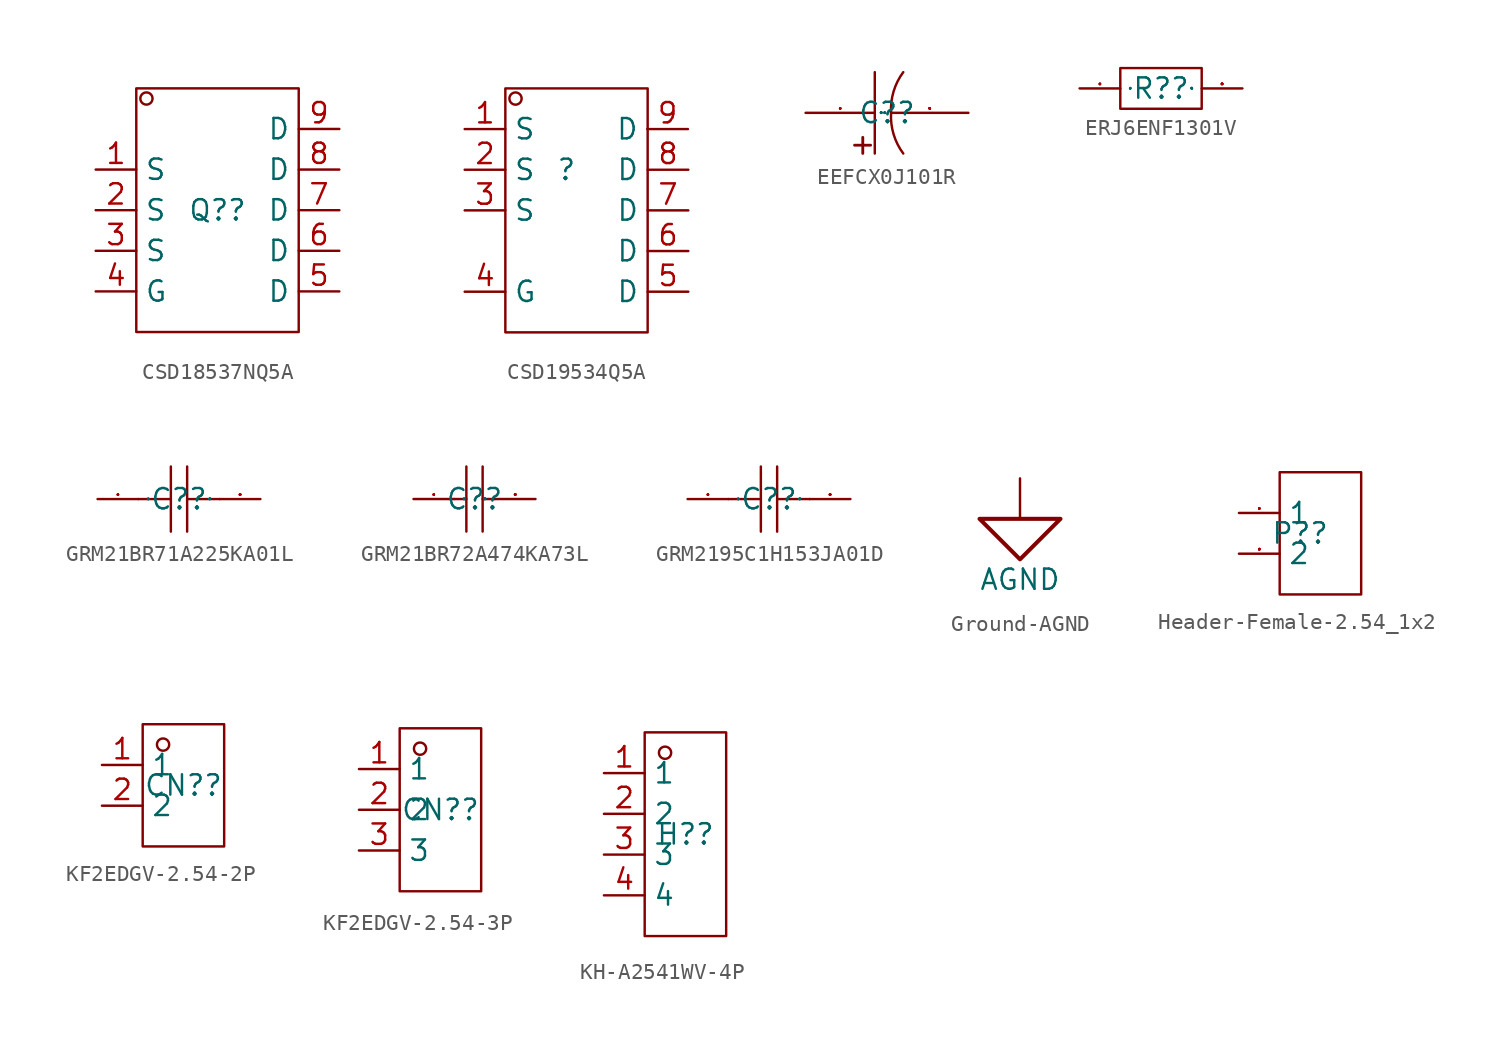
<source format=kicad_sym>
(kicad_symbol_lib
  (version 20231120)
  (generator "kicad_symbol_editor")
  (generator_version "8.0")
  (symbol "CSD18537NQ5A"
    (property "Reference" "Q?"
      (at 0 0 0)
      (effects (font (size 1.27 1.27))))
    (property "Value" ""
      (at 0 0 0)
      (effects (font (size 1.27 1.27))))
    (symbol "CSD18537NQ5A_1_0"
      (rectangle (start -5.08 -7.62) (end 5.08 7.62) (stroke (width 0) (type default)) (fill (type none)))
      (circle (center -4.445 6.985) (radius 0.381) (stroke (width 0) (type default)) (fill (type none)))
      (pin input line (at -7.62 2.54 0) (length 2.54) (name "S" (effects (font (size 1.27 1.27)))) (number "1" (effects (font (size 1.27 1.27)))))
      (pin input line (at -7.62 0 0) (length 2.54) (name "S" (effects (font (size 1.27 1.27)))) (number "2" (effects (font (size 1.27 1.27)))))
      (pin input line (at -7.62 -2.54 0) (length 2.54) (name "S" (effects (font (size 1.27 1.27)))) (number "3" (effects (font (size 1.27 1.27)))))
      (pin input line (at -7.62 -5.08 0) (length 2.54) (name "G" (effects (font (size 1.27 1.27)))) (number "4" (effects (font (size 1.27 1.27)))))
      (pin input line (at 7.62 -5.08 180) (length 2.54) (name "D" (effects (font (size 1.27 1.27)))) (number "5" (effects (font (size 1.27 1.27)))))
      (pin input line (at 7.62 -2.54 180) (length 2.54) (name "D" (effects (font (size 1.27 1.27)))) (number "6" (effects (font (size 1.27 1.27)))))
      (pin input line (at 7.62 0 180) (length 2.54) (name "D" (effects (font (size 1.27 1.27)))) (number "7" (effects (font (size 1.27 1.27)))))
      (pin input line (at 7.62 2.54 180) (length 2.54) (name "D" (effects (font (size 1.27 1.27)))) (number "8" (effects (font (size 1.27 1.27)))))
      (pin input line (at 7.62 5.08 180) (length 2.54) (name "D" (effects (font (size 1.27 1.27)))) (number "9" (effects (font (size 1.27 1.27)))))))
  (symbol "CSD19534Q5A"
    (property "Reference" ""
      (at 0 0 0)
      (effects (font (size 1.27 1.27))))
    (property "Value" ""
      (at 0 0 0)
      (effects (font (size 1.27 1.27))))
    (symbol "CSD19534Q5A_1_0"
      (rectangle (start -3.81 5.08) (end 5.08 -10.16) (stroke (width 0) (type default)) (fill (type none)))
      (circle (center -3.175 4.445) (radius 0.381) (stroke (width 0) (type default)) (fill (type none)))
      (pin input line (at -6.35 2.54 0) (length 2.54) (name "S" (effects (font (size 1.27 1.27)))) (number "1" (effects (font (size 1.27 1.27)))))
      (pin input line (at -6.35 0 0) (length 2.54) (name "S" (effects (font (size 1.27 1.27)))) (number "2" (effects (font (size 1.27 1.27)))))
      (pin input line (at -6.35 -2.54 0) (length 2.54) (name "S" (effects (font (size 1.27 1.27)))) (number "3" (effects (font (size 1.27 1.27)))))
      (pin input line (at -6.35 -7.62 0) (length 2.54) (name "G" (effects (font (size 1.27 1.27)))) (number "4" (effects (font (size 1.27 1.27)))))
      (pin input line (at 7.62 -7.62 180) (length 2.54) (name "D" (effects (font (size 1.27 1.27)))) (number "5" (effects (font (size 1.27 1.27)))))
      (pin input line (at 7.62 -5.08 180) (length 2.54) (name "D" (effects (font (size 1.27 1.27)))) (number "6" (effects (font (size 1.27 1.27)))))
      (pin input line (at 7.62 -2.54 180) (length 2.54) (name "D" (effects (font (size 1.27 1.27)))) (number "7" (effects (font (size 1.27 1.27)))))
      (pin input line (at 7.62 0 180) (length 2.54) (name "D" (effects (font (size 1.27 1.27)))) (number "8" (effects (font (size 1.27 1.27)))))
      (pin input line (at 7.595 2.54 180) (length 2.54) (name "D" (effects (font (size 1.27 1.27)))) (number "9" (effects (font (size 1.27 1.27)))))))
  (symbol "EEFCX0J101R"
    (property "Reference" "C?"
      (at 0 0 0)
      (effects (font (size 1.27 1.27))))
    (property "Value" ""
      (at 0 0 0)
      (effects (font (size 1.27 1.27))))
    (symbol "EEFCX0J101R_1_0"
      (rectangle (start -2.032 -2.032) (end -1.016 -2.007) (stroke (width 0) (type default)) (fill (type none)))
      (rectangle (start -1.524 -2.54) (end -1.499 -1.524) (stroke (width 0) (type default)) (fill (type none)))
      (polyline (pts (xy -0.762 -2.54) (xy -0.762 2.54)) (stroke (width 0) (type default)) (fill (type none)))
      (arc (start 0.254 0) (mid 0.4113 -1.3371) (end 1.016 -2.54) (stroke (width 0) (type default)) (fill (type none)))
      (arc (start 1.016 2.54) (mid 0.4113 1.3371) (end 0.254 0) (stroke (width 0) (type default)) (fill (type none)))
      (pin input line (at -5.08 0 0) (length 4.318) (name "1" (effects (font (size 0.025 0.025)))) (number "1" (effects (font (size 0.025 0.025)))))
      (pin input line (at 5.08 0 180) (length 4.826) (name "2" (effects (font (size 0.025 0.025)))) (number "2" (effects (font (size 0.025 0.025)))))))
  (symbol "ERJ6ENF1301V"
    (property "Reference" "R?"
      (at 0 0 0)
      (effects (font (size 1.27 1.27))))
    (property "Value" ""
      (at 0 0 0)
      (effects (font (size 1.27 1.27))))
    (symbol "ERJ6ENF1301V_1_0"
      (rectangle (start -2.54 -1.27) (end 2.54 1.27) (stroke (width 0) (type default)) (fill (type none)))
      (pin input line (at -5.08 0 0) (length 2.54) (name "1" (effects (font (size 0.025 0.025)))) (number "1" (effects (font (size 0.025 0.025)))))
      (pin input line (at 5.08 0 180) (length 2.54) (name "2" (effects (font (size 0.025 0.025)))) (number "2" (effects (font (size 0.025 0.025)))))))
  (symbol "GRM21BR71A225KA01L"
    (property "Reference" "C?"
      (at 0 0 0)
      (effects (font (size 1.27 1.27))))
    (property "Value" ""
      (at 0 0 0)
      (effects (font (size 1.27 1.27))))
    (symbol "GRM21BR71A225KA01L_1_0"
      (polyline (pts (xy -0.508 -2.032) (xy -0.508 2.032)) (stroke (width 0) (type default)) (fill (type none)))
      (polyline (pts (xy -0.508 0) (xy -2.54 0)) (stroke (width 0) (type default)) (fill (type none)))
      (polyline (pts (xy 0.508 2.032) (xy 0.508 -2.032)) (stroke (width 0) (type default)) (fill (type none)))
      (polyline (pts (xy 2.54 0) (xy 0.508 0)) (stroke (width 0) (type default)) (fill (type none)))
      (pin input line (at -5.08 0 0) (length 2.54) (name "1" (effects (font (size 0.025 0.025)))) (number "1" (effects (font (size 0.025 0.025)))))
      (pin input line (at 5.08 0 180) (length 2.54) (name "2" (effects (font (size 0.025 0.025)))) (number "2" (effects (font (size 0.025 0.025)))))))
  (symbol "GRM21BR72A474KA73L"
    (property "Reference" "C?"
      (at 0 0 0)
      (effects (font (size 1.27 1.27))))
    (property "Value" ""
      (at 0 0 0)
      (effects (font (size 1.27 1.27))))
    (symbol "GRM21BR72A474KA73L_1_0"
      (polyline (pts (xy -1.27 0) (xy -0.508 0)) (stroke (width 0) (type default)) (fill (type none)))
      (polyline (pts (xy -0.508 2.032) (xy -0.508 -2.032)) (stroke (width 0) (type default)) (fill (type none)))
      (polyline (pts (xy 0.508 0) (xy 1.27 0)) (stroke (width 0) (type default)) (fill (type none)))
      (polyline (pts (xy 0.508 2.032) (xy 0.508 -2.032)) (stroke (width 0) (type default)) (fill (type none)))
      (pin input line (at -3.81 0 0) (length 2.54) (name "1" (effects (font (size 0.025 0.025)))) (number "1" (effects (font (size 0.025 0.025)))))
      (pin input line (at 3.81 0 180) (length 2.54) (name "2" (effects (font (size 0.025 0.025)))) (number "2" (effects (font (size 0.025 0.025)))))))
  (symbol "GRM2195C1H153JA01D"
    (property "Reference" "C?"
      (at 0 0 0)
      (effects (font (size 1.27 1.27))))
    (property "Value" ""
      (at 0 0 0)
      (effects (font (size 1.27 1.27))))
    (symbol "GRM2195C1H153JA01D_1_0"
      (polyline (pts (xy -0.508 -2.032) (xy -0.508 2.032)) (stroke (width 0) (type default)) (fill (type none)))
      (polyline (pts (xy -0.508 0) (xy -2.54 0)) (stroke (width 0) (type default)) (fill (type none)))
      (polyline (pts (xy 0.508 2.032) (xy 0.508 -2.032)) (stroke (width 0) (type default)) (fill (type none)))
      (polyline (pts (xy 2.54 0) (xy 0.508 0)) (stroke (width 0) (type default)) (fill (type none)))
      (pin input line (at -5.08 0 0) (length 2.54) (name "1" (effects (font (size 0.025 0.025)))) (number "1" (effects (font (size 0.025 0.025)))))
      (pin input line (at 5.08 0 180) (length 2.54) (name "2" (effects (font (size 0.025 0.025)))) (number "2" (effects (font (size 0.025 0.025)))))))
  (symbol "Ground-AGND"
    (power)
    (pin_numbers hide)
    (pin_names hide)
    (property "Reference" "#PWR"
      (at 0 0 0)
      (effects (font (size 1.27 1.27)) (hide yes)))
    (property "Value" "AGND"
      (at 0 -6.35 0)
      (effects (font (size 1.27 1.27))))
    (symbol "Ground-AGND_1_0"
      (polyline (pts (xy -2.54 -2.54) (xy 2.54 -2.54) (xy 0 -5.08) (xy -2.54 -2.54)) (stroke (width 0.254) (type solid)) (fill (type none)))
      (pin power_in line (at 0 0 270) (length 2.54) (name "" (effects (font (size 1.27 1.27)))) (number "1" (effects (font (size 0.025 0.025)))))))
  (symbol "Header-Female-2.54_1x2"
    (property "Reference" "P?"
      (at 0 0 0)
      (effects (font (size 1.27 1.27))))
    (property "Value" ""
      (at 0 0 0)
      (effects (font (size 1.27 1.27))))
    (symbol "Header-Female-2.54_1x2_1_0"
      (rectangle (start -1.27 -3.81) (end 3.81 3.81) (stroke (width 0) (type default)) (fill (type none)))
      (pin input line (at -3.81 1.27 0) (length 2.54) (name "1" (effects (font (size 1.27 1.27)))) (number "1" (effects (font (size 0.025 0.025)))))
      (pin input line (at -3.81 -1.27 0) (length 2.54) (name "2" (effects (font (size 1.27 1.27)))) (number "2" (effects (font (size 0.025 0.025)))))))
  (symbol "KF2EDGV-2.54-2P"
    (property "Reference" "CN?"
      (at 0 0 0)
      (effects (font (size 1.27 1.27))))
    (property "Value" ""
      (at 0 0 0)
      (effects (font (size 1.27 1.27))))
    (symbol "KF2EDGV-2.54-2P_1_0"
      (rectangle (start -2.54 -3.81) (end 2.54 3.81) (stroke (width 0) (type default)) (fill (type none)))
      (circle (center -1.27 2.54) (radius 0.381) (stroke (width 0) (type default)) (fill (type none)))
      (pin input line (at -5.08 1.27 0) (length 2.54) (name "1" (effects (font (size 1.27 1.27)))) (number "1" (effects (font (size 1.27 1.27)))))
      (pin input line (at -5.08 -1.27 0) (length 2.54) (name "2" (effects (font (size 1.27 1.27)))) (number "2" (effects (font (size 1.27 1.27)))))))
  (symbol "KF2EDGV-2.54-3P"
    (property "Reference" "CN?"
      (at 0 0 0)
      (effects (font (size 1.27 1.27))))
    (property "Value" ""
      (at 0 0 0)
      (effects (font (size 1.27 1.27))))
    (symbol "KF2EDGV-2.54-3P_1_0"
      (rectangle (start -2.54 -5.08) (end 2.54 5.08) (stroke (width 0) (type default)) (fill (type none)))
      (circle (center -1.27 3.81) (radius 0.381) (stroke (width 0) (type default)) (fill (type none)))
      (pin input line (at -5.08 2.54 0) (length 2.54) (name "1" (effects (font (size 1.27 1.27)))) (number "1" (effects (font (size 1.27 1.27)))))
      (pin input line (at -5.08 0 0) (length 2.54) (name "2" (effects (font (size 1.27 1.27)))) (number "2" (effects (font (size 1.27 1.27)))))
      (pin input line (at -5.08 -2.54 0) (length 2.54) (name "3" (effects (font (size 1.27 1.27)))) (number "3" (effects (font (size 1.27 1.27)))))))
  (symbol "KH-A2541WV-4P"
    (property "Reference" "H?"
      (at 0 0 0)
      (effects (font (size 1.27 1.27))))
    (property "Value" ""
      (at 0 0 0)
      (effects (font (size 1.27 1.27))))
    (symbol "KH-A2541WV-4P_1_0"
      (rectangle (start -2.54 -6.35) (end 2.54 6.35) (stroke (width 0) (type default)) (fill (type none)))
      (circle (center -1.27 5.08) (radius 0.381) (stroke (width 0) (type default)) (fill (type none)))
      (pin input line (at -5.08 3.81 0) (length 2.54) (name "1" (effects (font (size 1.27 1.27)))) (number "1" (effects (font (size 1.27 1.27)))))
      (pin input line (at -5.08 1.27 0) (length 2.54) (name "2" (effects (font (size 1.27 1.27)))) (number "2" (effects (font (size 1.27 1.27)))))
      (pin input line (at -5.08 -1.27 0) (length 2.54) (name "3" (effects (font (size 1.27 1.27)))) (number "3" (effects (font (size 1.27 1.27)))))
      (pin input line (at -5.08 -3.81 0) (length 2.54) (name "4" (effects (font (size 1.27 1.27)))) (number "4" (effects (font (size 1.27 1.27))))))))
</source>
